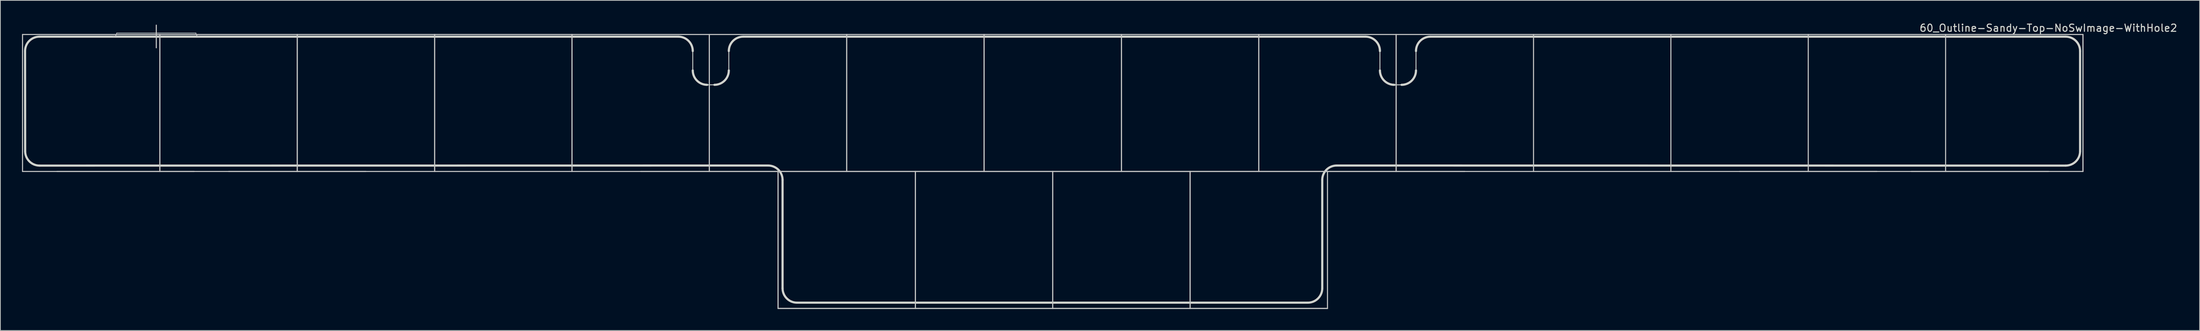
<source format=kicad_pcb>
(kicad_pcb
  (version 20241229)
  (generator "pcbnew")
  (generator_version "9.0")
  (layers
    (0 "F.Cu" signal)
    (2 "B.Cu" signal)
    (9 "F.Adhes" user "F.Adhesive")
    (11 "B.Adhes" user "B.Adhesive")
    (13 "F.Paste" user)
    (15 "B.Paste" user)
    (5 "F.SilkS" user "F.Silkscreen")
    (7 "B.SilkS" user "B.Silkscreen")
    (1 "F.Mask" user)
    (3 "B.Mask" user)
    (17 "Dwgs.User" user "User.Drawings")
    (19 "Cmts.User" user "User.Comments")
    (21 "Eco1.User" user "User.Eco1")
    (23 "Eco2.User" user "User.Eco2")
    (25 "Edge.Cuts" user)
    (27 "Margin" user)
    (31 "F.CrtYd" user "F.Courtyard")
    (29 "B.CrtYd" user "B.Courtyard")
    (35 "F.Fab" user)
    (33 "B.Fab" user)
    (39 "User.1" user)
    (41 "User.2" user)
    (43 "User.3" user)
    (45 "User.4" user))
  (footprint "60_Outline-Sandy-Top-NoSwImage-WithHole2"
    (layer "F.Cu")
    (at 142.95 20.798)
    (property "Reference" "60_Outline-Sandy-Top-NoSwImage-WithHole2" (at 138.075 -19.95 0) (layer "Edge.Cuts") (effects (font (size 1 1) (thickness 0.15))))
    (attr through_hole)
    (fp_line (start -142.875 -19.05) (end -123.825 -19.05) (stroke (width 0.15) (type solid)) (layer "Dwgs.User"))
    (fp_line (start -142.875 0) (end -142.875 -19.05) (stroke (width 0.15) (type solid)) (layer "Dwgs.User"))
    (fp_line (start -138.113 0) (end -119.062 0) (stroke (width 0.15) (type solid)) (layer "Dwgs.User"))
    (fp_line (start -129.825 -19.25) (end -118.825 -19.25) (stroke (width 0.1) (type solid)) (layer "Dwgs.User"))
    (fp_line (start -124.325 -20.35) (end -124.325 -17.2) (stroke (width 0.15) (type solid)) (layer "Dwgs.User"))
    (fp_line (start -123.825 -19.05) (end -123.825 0) (stroke (width 0.15) (type solid)) (layer "Dwgs.User"))
    (fp_line (start -123.825 -19.05) (end -104.775 -19.05) (stroke (width 0.15) (type solid)) (layer "Dwgs.User"))
    (fp_line (start -123.825 0) (end -142.875 0) (stroke (width 0.15) (type solid)) (layer "Dwgs.User"))
    (fp_line (start -123.825 0) (end -123.825 -19.05) (stroke (width 0.15) (type solid)) (layer "Dwgs.User"))
    (fp_line (start -114.3 0) (end -95.25 0) (stroke (width 0.15) (type solid)) (layer "Dwgs.User"))
    (fp_line (start -104.775 -19.05) (end -104.775 0) (stroke (width 0.15) (type solid)) (layer "Dwgs.User"))
    (fp_line (start -104.775 -19.05) (end -85.725 -19.05) (stroke (width 0.15) (type solid)) (layer "Dwgs.User"))
    (fp_line (start -104.775 0) (end -123.825 0) (stroke (width 0.15) (type solid)) (layer "Dwgs.User"))
    (fp_line (start -104.775 0) (end -104.775 -19.05) (stroke (width 0.15) (type solid)) (layer "Dwgs.User"))
    (fp_line (start -85.725 -19.05) (end -85.725 0) (stroke (width 0.15) (type solid)) (layer "Dwgs.User"))
    (fp_line (start -85.725 -19.05) (end -66.675 -19.05) (stroke (width 0.15) (type solid)) (layer "Dwgs.User"))
    (fp_line (start -85.725 0) (end -104.775 0) (stroke (width 0.15) (type solid)) (layer "Dwgs.User"))
    (fp_line (start -85.725 0) (end -85.725 -19.05) (stroke (width 0.15) (type solid)) (layer "Dwgs.User"))
    (fp_line (start -66.675 -19.05) (end -66.675 0) (stroke (width 0.15) (type solid)) (layer "Dwgs.User"))
    (fp_line (start -66.675 -19.05) (end -47.625 -19.05) (stroke (width 0.15) (type solid)) (layer "Dwgs.User"))
    (fp_line (start -66.675 0) (end -85.725 0) (stroke (width 0.15) (type solid)) (layer "Dwgs.User"))
    (fp_line (start -66.675 0) (end -66.675 -19.05) (stroke (width 0.15) (type solid)) (layer "Dwgs.User"))
    (fp_line (start -57.15 0) (end -38.1 0) (stroke (width 0.15) (type solid)) (layer "Dwgs.User"))
    (fp_line (start -47.625 -19.05) (end -47.625 0) (stroke (width 0.15) (type solid)) (layer "Dwgs.User"))
    (fp_line (start -47.625 -19.05) (end -28.575 -19.05) (stroke (width 0.15) (type solid)) (layer "Dwgs.User"))
    (fp_line (start -47.625 0) (end -66.675 0) (stroke (width 0.15) (type solid)) (layer "Dwgs.User"))
    (fp_line (start -47.625 0) (end -47.625 -19.05) (stroke (width 0.15) (type solid)) (layer "Dwgs.User"))
    (fp_line (start -38.1 0) (end -38.1 19.05) (stroke (width 0.15) (type solid)) (layer "Dwgs.User"))
    (fp_line (start -38.1 0) (end -19.05 0) (stroke (width 0.15) (type solid)) (layer "Dwgs.User"))
    (fp_line (start -38.1 19.05) (end -38.1 0) (stroke (width 0.15) (type solid)) (layer "Dwgs.User"))
    (fp_line (start -38.1 19.05) (end -19.05 19.05) (stroke (width 0.15) (type solid)) (layer "Dwgs.User"))
    (fp_line (start -28.575 -19.05) (end -28.575 0) (stroke (width 0.15) (type solid)) (layer "Dwgs.User"))
    (fp_line (start -28.575 -19.05) (end -9.525 -19.05) (stroke (width 0.15) (type solid)) (layer "Dwgs.User"))
    (fp_line (start -28.575 0) (end -47.625 0) (stroke (width 0.15) (type solid)) (layer "Dwgs.User"))
    (fp_line (start -28.575 0) (end -28.575 -19.05) (stroke (width 0.15) (type solid)) (layer "Dwgs.User"))
    (fp_line (start -19.05 0) (end -19.05 19.05) (stroke (width 0.15) (type solid)) (layer "Dwgs.User"))
    (fp_line (start -19.05 0) (end 0 0) (stroke (width 0.15) (type solid)) (layer "Dwgs.User"))
    (fp_line (start -19.05 19.05) (end -38.1 19.05) (stroke (width 0.15) (type solid)) (layer "Dwgs.User"))
    (fp_line (start -19.05 19.05) (end -19.05 0) (stroke (width 0.15) (type solid)) (layer "Dwgs.User"))
    (fp_line (start -19.05 19.05) (end 0 19.05) (stroke (width 0.15) (type solid)) (layer "Dwgs.User"))
    (fp_line (start -9.525 -19.05) (end -9.525 0) (stroke (width 0.15) (type solid)) (layer "Dwgs.User"))
    (fp_line (start -9.525 -19.05) (end 9.525 -19.05) (stroke (width 0.15) (type solid)) (layer "Dwgs.User"))
    (fp_line (start -9.525 0) (end -28.575 0) (stroke (width 0.15) (type solid)) (layer "Dwgs.User"))
    (fp_line (start -9.525 0) (end -9.525 -19.05) (stroke (width 0.15) (type solid)) (layer "Dwgs.User"))
    (fp_line (start 0 0) (end 0 19.05) (stroke (width 0.15) (type solid)) (layer "Dwgs.User"))
    (fp_line (start 0 0) (end 19.05 0) (stroke (width 0.15) (type solid)) (layer "Dwgs.User"))
    (fp_line (start 0 19.05) (end -19.05 19.05) (stroke (width 0.15) (type solid)) (layer "Dwgs.User"))
    (fp_line (start 0 19.05) (end 0 0) (stroke (width 0.15) (type solid)) (layer "Dwgs.User"))
    (fp_line (start 0 19.05) (end 19.05 19.05) (stroke (width 0.15) (type solid)) (layer "Dwgs.User"))
    (fp_line (start 9.525 -19.05) (end 9.525 0) (stroke (width 0.15) (type solid)) (layer "Dwgs.User"))
    (fp_line (start 9.525 -19.05) (end 28.575 -19.05) (stroke (width 0.15) (type solid)) (layer "Dwgs.User"))
    (fp_line (start 9.525 0) (end -9.525 0) (stroke (width 0.15) (type solid)) (layer "Dwgs.User"))
    (fp_line (start 9.525 0) (end 9.525 -19.05) (stroke (width 0.15) (type solid)) (layer "Dwgs.User"))
    (fp_line (start 19.05 0) (end 19.05 19.05) (stroke (width 0.15) (type solid)) (layer "Dwgs.User"))
    (fp_line (start 19.05 0) (end 38.1 0) (stroke (width 0.15) (type solid)) (layer "Dwgs.User"))
    (fp_line (start 19.05 19.05) (end 0 19.05) (stroke (width 0.15) (type solid)) (layer "Dwgs.User"))
    (fp_line (start 19.05 19.05) (end 19.05 0) (stroke (width 0.15) (type solid)) (layer "Dwgs.User"))
    (fp_line (start 19.05 19.05) (end 38.1 19.05) (stroke (width 0.15) (type solid)) (layer "Dwgs.User"))
    (fp_line (start 28.575 -19.05) (end 28.575 0) (stroke (width 0.15) (type solid)) (layer "Dwgs.User"))
    (fp_line (start 28.575 -19.05) (end 47.625 -19.05) (stroke (width 0.15) (type solid)) (layer "Dwgs.User"))
    (fp_line (start 28.575 0) (end 9.525 0) (stroke (width 0.15) (type solid)) (layer "Dwgs.User"))
    (fp_line (start 28.575 0) (end 28.575 -19.05) (stroke (width 0.15) (type solid)) (layer "Dwgs.User"))
    (fp_line (start 38.1 0) (end 38.1 19.05) (stroke (width 0.15) (type solid)) (layer "Dwgs.User"))
    (fp_line (start 38.1 0) (end 57.15 0) (stroke (width 0.15) (type solid)) (layer "Dwgs.User"))
    (fp_line (start 38.1 19.05) (end 19.05 19.05) (stroke (width 0.15) (type solid)) (layer "Dwgs.User"))
    (fp_line (start 47.625 -19.05) (end 47.625 0) (stroke (width 0.15) (type solid)) (layer "Dwgs.User"))
    (fp_line (start 47.625 -19.05) (end 66.675 -19.05) (stroke (width 0.15) (type solid)) (layer "Dwgs.User"))
    (fp_line (start 47.625 0) (end 28.575 0) (stroke (width 0.15) (type solid)) (layer "Dwgs.User"))
    (fp_line (start 47.625 0) (end 47.625 -19.05) (stroke (width 0.15) (type solid)) (layer "Dwgs.User"))
    (fp_line (start 66.675 -19.05) (end 66.675 0) (stroke (width 0.15) (type solid)) (layer "Dwgs.User"))
    (fp_line (start 66.675 -19.05) (end 85.725 -19.05) (stroke (width 0.15) (type solid)) (layer "Dwgs.User"))
    (fp_line (start 66.675 0) (end 47.625 0) (stroke (width 0.15) (type solid)) (layer "Dwgs.User"))
    (fp_line (start 85.725 -19.05) (end 104.775 -19.05) (stroke (width 0.15) (type solid)) (layer "Dwgs.User"))
    (fp_line (start 85.725 0) (end 66.675 0) (stroke (width 0.15) (type solid)) (layer "Dwgs.User"))
    (fp_line (start 85.725 0) (end 85.725 -19.05) (stroke (width 0.15) (type solid)) (layer "Dwgs.User"))
    (fp_line (start 95.25 0) (end 114.3 0) (stroke (width 0.15) (type solid)) (layer "Dwgs.User"))
    (fp_line (start 104.775 -19.05) (end 104.775 0) (stroke (width 0.15) (type solid)) (layer "Dwgs.User"))
    (fp_line (start 104.775 -19.05) (end 123.825 -19.05) (stroke (width 0.15) (type solid)) (layer "Dwgs.User"))
    (fp_line (start 104.775 0) (end 85.725 0) (stroke (width 0.15) (type solid)) (layer "Dwgs.User"))
    (fp_line (start 119.062 0) (end 138.113 0) (stroke (width 0.15) (type solid)) (layer "Dwgs.User"))
    (fp_line (start 123.825 -19.05) (end 123.825 0) (stroke (width 0.15) (type solid)) (layer "Dwgs.User"))
    (fp_line (start 123.825 -19.05) (end 142.875 -19.05) (stroke (width 0.15) (type solid)) (layer "Dwgs.User"))
    (fp_line (start 123.825 0) (end 104.775 0) (stroke (width 0.15) (type solid)) (layer "Dwgs.User"))
    (fp_line (start 142.875 -19.05) (end 142.875 0) (stroke (width 0.15) (type solid)) (layer "Dwgs.User"))
    (fp_line (start 142.875 -19.05) (end 142.875 0) (stroke (width 0.15) (type solid)) (layer "Dwgs.User"))
    (fp_line (start 142.875 0) (end 123.825 0) (stroke (width 0.15) (type solid)) (layer "Dwgs.User"))
    (fp_arc (start -129.825 -19.25004) (mid -129.971447 -18.896487) (end -130.325 -18.75004) (stroke (width 0.1) (type solid)) (layer "Dwgs.User"))
    (fp_arc (start -118.325 -18.75004) (mid -118.678553 -18.896487) (end -118.825 -19.25004) (stroke (width 0.1) (type solid)) (layer "Dwgs.User"))
    (fp_circle (center -47.625 -14.5) (end -45.425 -14.5) (stroke (width 0.15) (type solid)) (fill no) (layer "Eco1.User"))
    (fp_circle (center 47.625 -14.5) (end 49.825 -14.5) (stroke (width 0.15) (type solid)) (fill no) (layer "Eco1.User"))
    (fp_line (start -142.511 -2.814) (end -142.525 -16.75) (stroke (width 0.3) (type solid)) (layer "Edge.Cuts"))
    (fp_line (start -140.511 -0.814) (end -39.475 -0.825) (stroke (width 0.3) (type solid)) (layer "Edge.Cuts"))
    (fp_line (start -51.925 -18.75) (end -140.525 -18.75) (stroke (width 0.3) (type solid)) (layer "Edge.Cuts"))
    (fp_line (start -49.925 -14.05) (end -49.925 -16.75) (stroke (width 0.12) (type solid)) (layer "Edge.Cuts"))
    (fp_line (start -47.925 -12.05) (end -46.925 -12.05) (stroke (width 0.12) (type solid)) (layer "Edge.Cuts"))
    (fp_line (start -44.925 -16.75) (end -44.925 -14.05) (stroke (width 0.12) (type solid)) (layer "Edge.Cuts"))
    (fp_line (start -37.471 16.25) (end -37.471 1.175) (stroke (width 0.3) (type solid)) (layer "Edge.Cuts"))
    (fp_line (start -35.471 18.25) (end 35.375 18.25) (stroke (width 0.3) (type solid)) (layer "Edge.Cuts"))
    (fp_line (start 37.375 16.25) (end 37.375 1.175) (stroke (width 0.3) (type solid)) (layer "Edge.Cuts"))
    (fp_line (start 39.375 -0.825) (end 140.475 -0.814) (stroke (width 0.3) (type solid)) (layer "Edge.Cuts"))
    (fp_line (start 43.375 -18.75) (end -42.925 -18.75) (stroke (width 0.3) (type solid)) (layer "Edge.Cuts"))
    (fp_line (start 45.375 -14.05) (end 45.375 -16.75) (stroke (width 0.12) (type solid)) (layer "Edge.Cuts"))
    (fp_line (start 47.375 -12.05) (end 48.375 -12.05) (stroke (width 0.12) (type solid)) (layer "Edge.Cuts"))
    (fp_line (start 50.375 -16.75) (end 50.375 -14.05) (stroke (width 0.12) (type solid)) (layer "Edge.Cuts"))
    (fp_line (start 140.475 -18.75) (end 52.375 -18.75) (stroke (width 0.3) (type solid)) (layer "Edge.Cuts"))
    (fp_line (start 142.475 -2.814) (end 142.475 -16.75) (stroke (width 0.3) (type solid)) (layer "Edge.Cuts"))
    (fp_arc (start -142.525 -16.75004) (mid -141.939214 -18.164254) (end -140.525 -18.75004) (stroke (width 0.3) (type solid)) (layer "Edge.Cuts"))
    (fp_arc (start -140.510786 -0.814254) (mid -141.925 -1.40004) (end -142.510786 -2.814254) (stroke (width 0.3) (type solid)) (layer "Edge.Cuts"))
    (fp_arc (start -51.925001 -18.750041) (mid -50.510787 -18.164255) (end -49.925001 -16.750041) (stroke (width 0.3) (type solid)) (layer "Edge.Cuts"))
    (fp_arc (start -47.925001 -12.05004) (mid -49.339214 -12.635827) (end -49.925001 -14.05004) (stroke (width 0.3) (type solid)) (layer "Edge.Cuts"))
    (fp_arc (start -44.925 -16.75004) (mid -44.339214 -18.164254) (end -42.925 -18.75004) (stroke (width 0.3) (type solid)) (layer "Edge.Cuts"))
    (fp_arc (start -44.925 -14.05004) (mid -45.510786 -12.635826) (end -46.925 -12.05004) (stroke (width 0.3) (type solid)) (layer "Edge.Cuts"))
    (fp_arc (start -39.470786 -0.82504) (mid -38.056572 -0.239254) (end -37.470786 1.17496) (stroke (width 0.3) (type solid)) (layer "Edge.Cuts"))
    (fp_arc (start -35.470786 18.24996) (mid -36.885 17.664174) (end -37.470786 16.24996) (stroke (width 0.3) (type solid)) (layer "Edge.Cuts"))
    (fp_arc (start 37.375 1.17496) (mid 37.960786 -0.239254) (end 39.375 -0.82504) (stroke (width 0.3) (type solid)) (layer "Edge.Cuts"))
    (fp_arc (start 37.375 16.24996) (mid 36.789214 17.664174) (end 35.375 18.24996) (stroke (width 0.3) (type solid)) (layer "Edge.Cuts"))
    (fp_arc (start 43.375 -18.75004) (mid 44.789214 -18.164254) (end 45.375 -16.75004) (stroke (width 0.3) (type solid)) (layer "Edge.Cuts"))
    (fp_arc (start 47.375 -12.05004) (mid 45.960786 -12.635826) (end 45.375 -14.05004) (stroke (width 0.3) (type solid)) (layer "Edge.Cuts"))
    (fp_arc (start 50.375001 -16.750039) (mid 50.960787 -18.164253) (end 52.375001 -18.750039) (stroke (width 0.3) (type solid)) (layer "Edge.Cuts"))
    (fp_arc (start 50.375001 -14.05004) (mid 49.789215 -12.635826) (end 48.375001 -12.05004) (stroke (width 0.3) (type solid)) (layer "Edge.Cuts"))
    (fp_arc (start 140.475 -18.75004) (mid 141.889214 -18.164254) (end 142.475 -16.75004) (stroke (width 0.3) (type solid)) (layer "Edge.Cuts"))
    (fp_arc (start 142.475 -2.814254) (mid 141.889183 -1.400096) (end 140.475 -0.814254) (stroke (width 0.3) (type solid)) (layer "Edge.Cuts")))
  (gr_rect
    (start -3 -3)
    (end 302.007 42.923)
    (stroke (width 0.1) (type default))
    (fill no)
    (layer "Edge.Cuts")))
</source>
